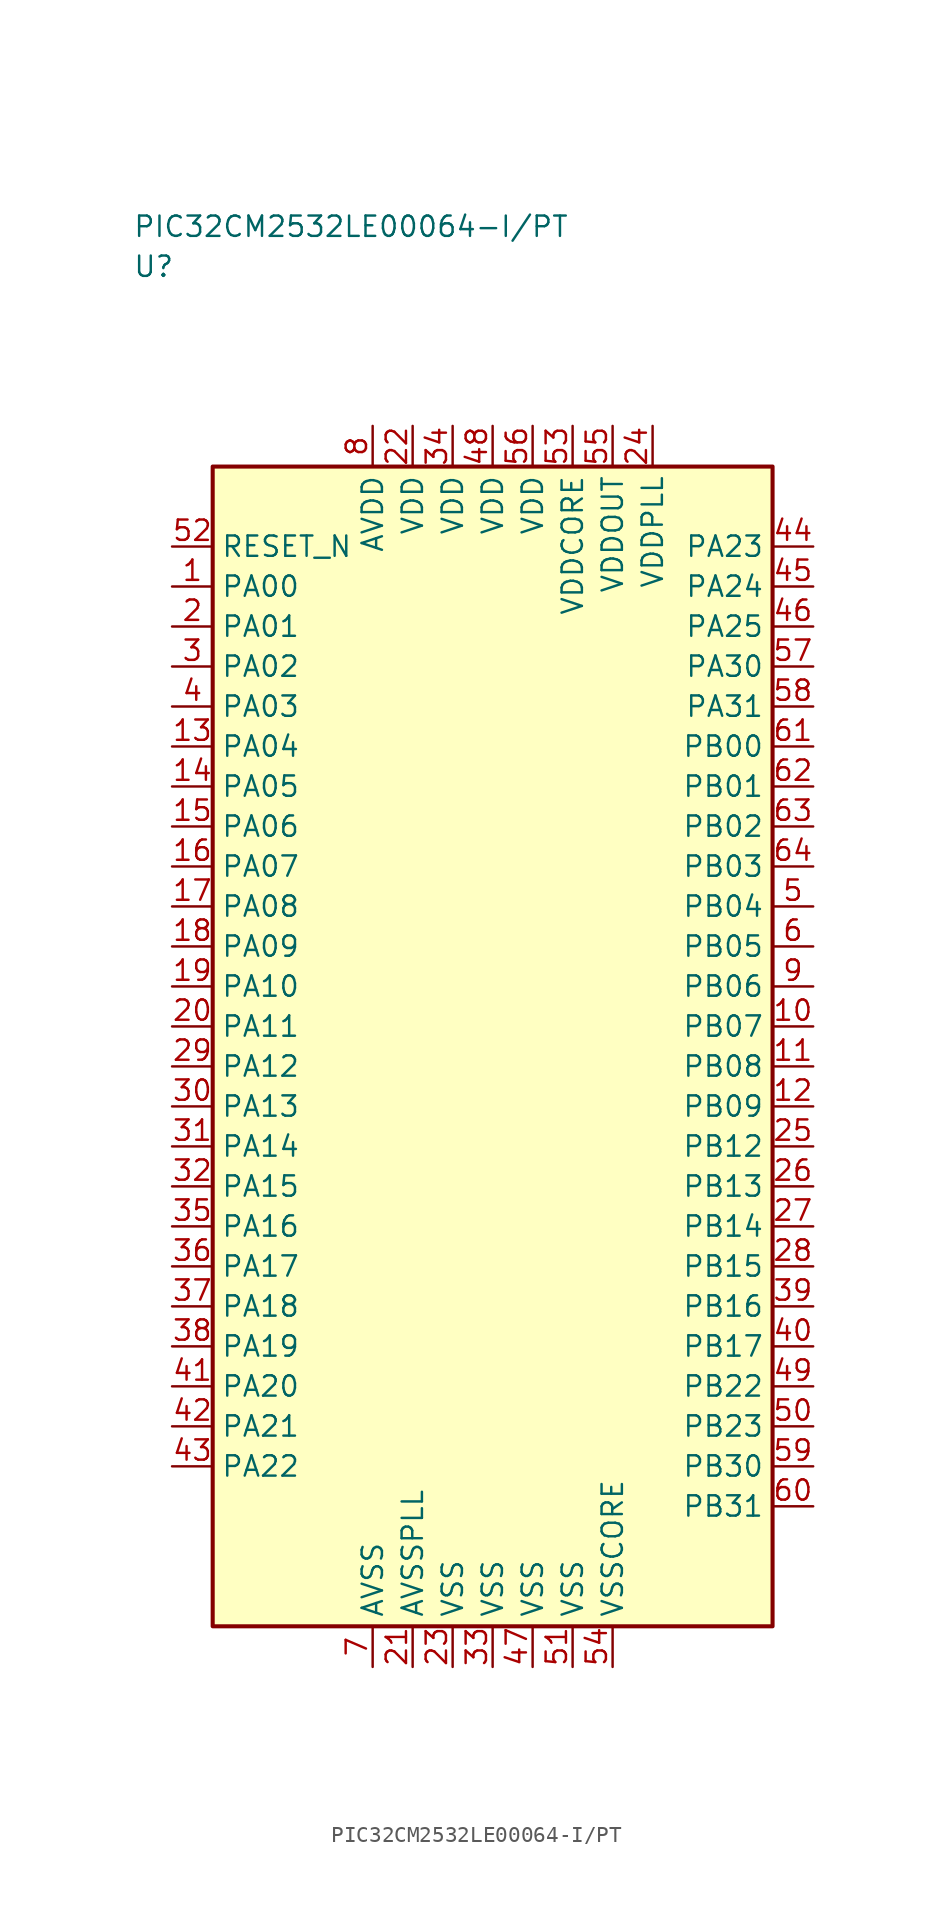
<source format=kicad_sym>
(kicad_symbol_lib
  (version 20241025)
  (generator "kicad_symbol_editor")
  (generator_version "8.0")
  (symbol "PIC32CM2532LE00064-I/PT"
    (property "Reference" "U"
      (at -22.5 48.75 0)
      (effects (font (size 1.27 1.27)) (justify left)))
    (property "Value" "PIC32CM2532LE00064-I/PT"
      (at -22.5 51.25 0)
      (effects (font (size 1.27 1.27)) (justify left)))
    (symbol "PIC32CM2532LE00064-I/PT_0_1"
      (rectangle (start -17.5 36.25) (end 17.5 -36.25) (stroke (width 0.254) (type default)) (fill (type background))))
    (symbol "PIC32CM2532LE00064-I/PT_1_1"
      (pin bidirectional line (at -20.04 28.75 0.0) (length 2.54) (name "PA00" (effects (font (size 1.27 1.27)))) (number "1" (effects (font (size 1.27 1.27)))))
      (pin bidirectional line (at -20.04 26.25 0.0) (length 2.54) (name "PA01" (effects (font (size 1.27 1.27)))) (number "2" (effects (font (size 1.27 1.27)))))
      (pin bidirectional line (at -20.04 23.75 0.0) (length 2.54) (name "PA02" (effects (font (size 1.27 1.27)))) (number "3" (effects (font (size 1.27 1.27)))))
      (pin bidirectional line (at -20.04 21.25 0.0) (length 2.54) (name "PA03" (effects (font (size 1.27 1.27)))) (number "4" (effects (font (size 1.27 1.27)))))
      (pin bidirectional line (at 20.04 8.75 180.0) (length 2.54) (name "PB04" (effects (font (size 1.27 1.27)))) (number "5" (effects (font (size 1.27 1.27)))))
      (pin bidirectional line (at 20.04 6.25 180.0) (length 2.54) (name "PB05" (effects (font (size 1.27 1.27)))) (number "6" (effects (font (size 1.27 1.27)))))
      (pin passive line (at -7.5 -38.79 90.0) (length 2.54) (name "AVSS" (effects (font (size 1.27 1.27)))) (number "7" (effects (font (size 1.27 1.27)))))
      (pin power_in line (at -7.5 38.79 270.0) (length 2.54) (name "AVDD" (effects (font (size 1.27 1.27)))) (number "8" (effects (font (size 1.27 1.27)))))
      (pin bidirectional line (at 20.04 3.75 180.0) (length 2.54) (name "PB06" (effects (font (size 1.27 1.27)))) (number "9" (effects (font (size 1.27 1.27)))))
      (pin bidirectional line (at 20.04 1.25 180.0) (length 2.54) (name "PB07" (effects (font (size 1.27 1.27)))) (number "10" (effects (font (size 1.27 1.27)))))
      (pin bidirectional line (at 20.04 -1.25 180.0) (length 2.54) (name "PB08" (effects (font (size 1.27 1.27)))) (number "11" (effects (font (size 1.27 1.27)))))
      (pin bidirectional line (at 20.04 -3.75 180.0) (length 2.54) (name "PB09" (effects (font (size 1.27 1.27)))) (number "12" (effects (font (size 1.27 1.27)))))
      (pin bidirectional line (at -20.04 18.75 0.0) (length 2.54) (name "PA04" (effects (font (size 1.27 1.27)))) (number "13" (effects (font (size 1.27 1.27)))))
      (pin bidirectional line (at -20.04 16.25 0.0) (length 2.54) (name "PA05" (effects (font (size 1.27 1.27)))) (number "14" (effects (font (size 1.27 1.27)))))
      (pin bidirectional line (at -20.04 13.75 0.0) (length 2.54) (name "PA06" (effects (font (size 1.27 1.27)))) (number "15" (effects (font (size 1.27 1.27)))))
      (pin bidirectional line (at -20.04 11.25 0.0) (length 2.54) (name "PA07" (effects (font (size 1.27 1.27)))) (number "16" (effects (font (size 1.27 1.27)))))
      (pin bidirectional line (at -20.04 8.75 0.0) (length 2.54) (name "PA08" (effects (font (size 1.27 1.27)))) (number "17" (effects (font (size 1.27 1.27)))))
      (pin bidirectional line (at -20.04 6.25 0.0) (length 2.54) (name "PA09" (effects (font (size 1.27 1.27)))) (number "18" (effects (font (size 1.27 1.27)))))
      (pin bidirectional line (at -20.04 3.75 0.0) (length 2.54) (name "PA10" (effects (font (size 1.27 1.27)))) (number "19" (effects (font (size 1.27 1.27)))))
      (pin bidirectional line (at -20.04 1.25 0.0) (length 2.54) (name "PA11" (effects (font (size 1.27 1.27)))) (number "20" (effects (font (size 1.27 1.27)))))
      (pin passive line (at -5.0 -38.79 90.0) (length 2.54) (name "AVSSPLL" (effects (font (size 1.27 1.27)))) (number "21" (effects (font (size 1.27 1.27)))))
      (pin power_in line (at -5.0 38.79 270.0) (length 2.54) (name "VDD" (effects (font (size 1.27 1.27)))) (number "22" (effects (font (size 1.27 1.27)))))
      (pin passive line (at -2.5 -38.79 90.0) (length 2.54) (name "VSS" (effects (font (size 1.27 1.27)))) (number "23" (effects (font (size 1.27 1.27)))))
      (pin power_in line (at 10.0 38.79 270.0) (length 2.54) (name "VDDPLL" (effects (font (size 1.27 1.27)))) (number "24" (effects (font (size 1.27 1.27)))))
      (pin bidirectional line (at 20.04 -6.25 180.0) (length 2.54) (name "PB12" (effects (font (size 1.27 1.27)))) (number "25" (effects (font (size 1.27 1.27)))))
      (pin bidirectional line (at 20.04 -8.75 180.0) (length 2.54) (name "PB13" (effects (font (size 1.27 1.27)))) (number "26" (effects (font (size 1.27 1.27)))))
      (pin bidirectional line (at 20.04 -11.25 180.0) (length 2.54) (name "PB14" (effects (font (size 1.27 1.27)))) (number "27" (effects (font (size 1.27 1.27)))))
      (pin bidirectional line (at 20.04 -13.75 180.0) (length 2.54) (name "PB15" (effects (font (size 1.27 1.27)))) (number "28" (effects (font (size 1.27 1.27)))))
      (pin bidirectional line (at -20.04 -1.25 0.0) (length 2.54) (name "PA12" (effects (font (size 1.27 1.27)))) (number "29" (effects (font (size 1.27 1.27)))))
      (pin bidirectional line (at -20.04 -3.75 0.0) (length 2.54) (name "PA13" (effects (font (size 1.27 1.27)))) (number "30" (effects (font (size 1.27 1.27)))))
      (pin bidirectional line (at -20.04 -6.25 0.0) (length 2.54) (name "PA14" (effects (font (size 1.27 1.27)))) (number "31" (effects (font (size 1.27 1.27)))))
      (pin bidirectional line (at -20.04 -8.75 0.0) (length 2.54) (name "PA15" (effects (font (size 1.27 1.27)))) (number "32" (effects (font (size 1.27 1.27)))))
      (pin passive line (at 0.0 -38.79 90.0) (length 2.54) (name "VSS" (effects (font (size 1.27 1.27)))) (number "33" (effects (font (size 1.27 1.27)))))
      (pin power_in line (at -2.5 38.79 270.0) (length 2.54) (name "VDD" (effects (font (size 1.27 1.27)))) (number "34" (effects (font (size 1.27 1.27)))))
      (pin bidirectional line (at -20.04 -11.25 0.0) (length 2.54) (name "PA16" (effects (font (size 1.27 1.27)))) (number "35" (effects (font (size 1.27 1.27)))))
      (pin bidirectional line (at -20.04 -13.75 0.0) (length 2.54) (name "PA17" (effects (font (size 1.27 1.27)))) (number "36" (effects (font (size 1.27 1.27)))))
      (pin bidirectional line (at -20.04 -16.25 0.0) (length 2.54) (name "PA18" (effects (font (size 1.27 1.27)))) (number "37" (effects (font (size 1.27 1.27)))))
      (pin bidirectional line (at -20.04 -18.75 0.0) (length 2.54) (name "PA19" (effects (font (size 1.27 1.27)))) (number "38" (effects (font (size 1.27 1.27)))))
      (pin bidirectional line (at 20.04 -16.25 180.0) (length 2.54) (name "PB16" (effects (font (size 1.27 1.27)))) (number "39" (effects (font (size 1.27 1.27)))))
      (pin bidirectional line (at 20.04 -18.75 180.0) (length 2.54) (name "PB17" (effects (font (size 1.27 1.27)))) (number "40" (effects (font (size 1.27 1.27)))))
      (pin bidirectional line (at -20.04 -21.25 0.0) (length 2.54) (name "PA20" (effects (font (size 1.27 1.27)))) (number "41" (effects (font (size 1.27 1.27)))))
      (pin bidirectional line (at -20.04 -23.75 0.0) (length 2.54) (name "PA21" (effects (font (size 1.27 1.27)))) (number "42" (effects (font (size 1.27 1.27)))))
      (pin bidirectional line (at -20.04 -26.25 0.0) (length 2.54) (name "PA22" (effects (font (size 1.27 1.27)))) (number "43" (effects (font (size 1.27 1.27)))))
      (pin bidirectional line (at 20.04 31.25 180.0) (length 2.54) (name "PA23" (effects (font (size 1.27 1.27)))) (number "44" (effects (font (size 1.27 1.27)))))
      (pin bidirectional line (at 20.04 28.75 180.0) (length 2.54) (name "PA24" (effects (font (size 1.27 1.27)))) (number "45" (effects (font (size 1.27 1.27)))))
      (pin bidirectional line (at 20.04 26.25 180.0) (length 2.54) (name "PA25" (effects (font (size 1.27 1.27)))) (number "46" (effects (font (size 1.27 1.27)))))
      (pin passive line (at 2.5 -38.79 90.0) (length 2.54) (name "VSS" (effects (font (size 1.27 1.27)))) (number "47" (effects (font (size 1.27 1.27)))))
      (pin power_in line (at 0.0 38.79 270.0) (length 2.54) (name "VDD" (effects (font (size 1.27 1.27)))) (number "48" (effects (font (size 1.27 1.27)))))
      (pin bidirectional line (at 20.04 -21.25 180.0) (length 2.54) (name "PB22" (effects (font (size 1.27 1.27)))) (number "49" (effects (font (size 1.27 1.27)))))
      (pin bidirectional line (at 20.04 -23.75 180.0) (length 2.54) (name "PB23" (effects (font (size 1.27 1.27)))) (number "50" (effects (font (size 1.27 1.27)))))
      (pin passive line (at 5.0 -38.79 90.0) (length 2.54) (name "VSS" (effects (font (size 1.27 1.27)))) (number "51" (effects (font (size 1.27 1.27)))))
      (pin input line (at -20.04 31.25 0.0) (length 2.54) (name "RESET_N" (effects (font (size 1.27 1.27)))) (number "52" (effects (font (size 1.27 1.27)))))
      (pin power_in line (at 5.0 38.79 270.0) (length 2.54) (name "VDDCORE" (effects (font (size 1.27 1.27)))) (number "53" (effects (font (size 1.27 1.27)))))
      (pin passive line (at 7.5 -38.79 90.0) (length 2.54) (name "VSSCORE" (effects (font (size 1.27 1.27)))) (number "54" (effects (font (size 1.27 1.27)))))
      (pin power_in line (at 7.5 38.79 270.0) (length 2.54) (name "VDDOUT" (effects (font (size 1.27 1.27)))) (number "55" (effects (font (size 1.27 1.27)))))
      (pin power_in line (at 2.5 38.79 270.0) (length 2.54) (name "VDD" (effects (font (size 1.27 1.27)))) (number "56" (effects (font (size 1.27 1.27)))))
      (pin bidirectional line (at 20.04 23.75 180.0) (length 2.54) (name "PA30" (effects (font (size 1.27 1.27)))) (number "57" (effects (font (size 1.27 1.27)))))
      (pin bidirectional line (at 20.04 21.25 180.0) (length 2.54) (name "PA31" (effects (font (size 1.27 1.27)))) (number "58" (effects (font (size 1.27 1.27)))))
      (pin bidirectional line (at 20.04 -26.25 180.0) (length 2.54) (name "PB30" (effects (font (size 1.27 1.27)))) (number "59" (effects (font (size 1.27 1.27)))))
      (pin bidirectional line (at 20.04 -28.75 180.0) (length 2.54) (name "PB31" (effects (font (size 1.27 1.27)))) (number "60" (effects (font (size 1.27 1.27)))))
      (pin bidirectional line (at 20.04 18.75 180.0) (length 2.54) (name "PB00" (effects (font (size 1.27 1.27)))) (number "61" (effects (font (size 1.27 1.27)))))
      (pin bidirectional line (at 20.04 16.25 180.0) (length 2.54) (name "PB01" (effects (font (size 1.27 1.27)))) (number "62" (effects (font (size 1.27 1.27)))))
      (pin bidirectional line (at 20.04 13.75 180.0) (length 2.54) (name "PB02" (effects (font (size 1.27 1.27)))) (number "63" (effects (font (size 1.27 1.27)))))
      (pin bidirectional line (at 20.04 11.25 180.0) (length 2.54) (name "PB03" (effects (font (size 1.27 1.27)))) (number "64" (effects (font (size 1.27 1.27))))))))
</source>
